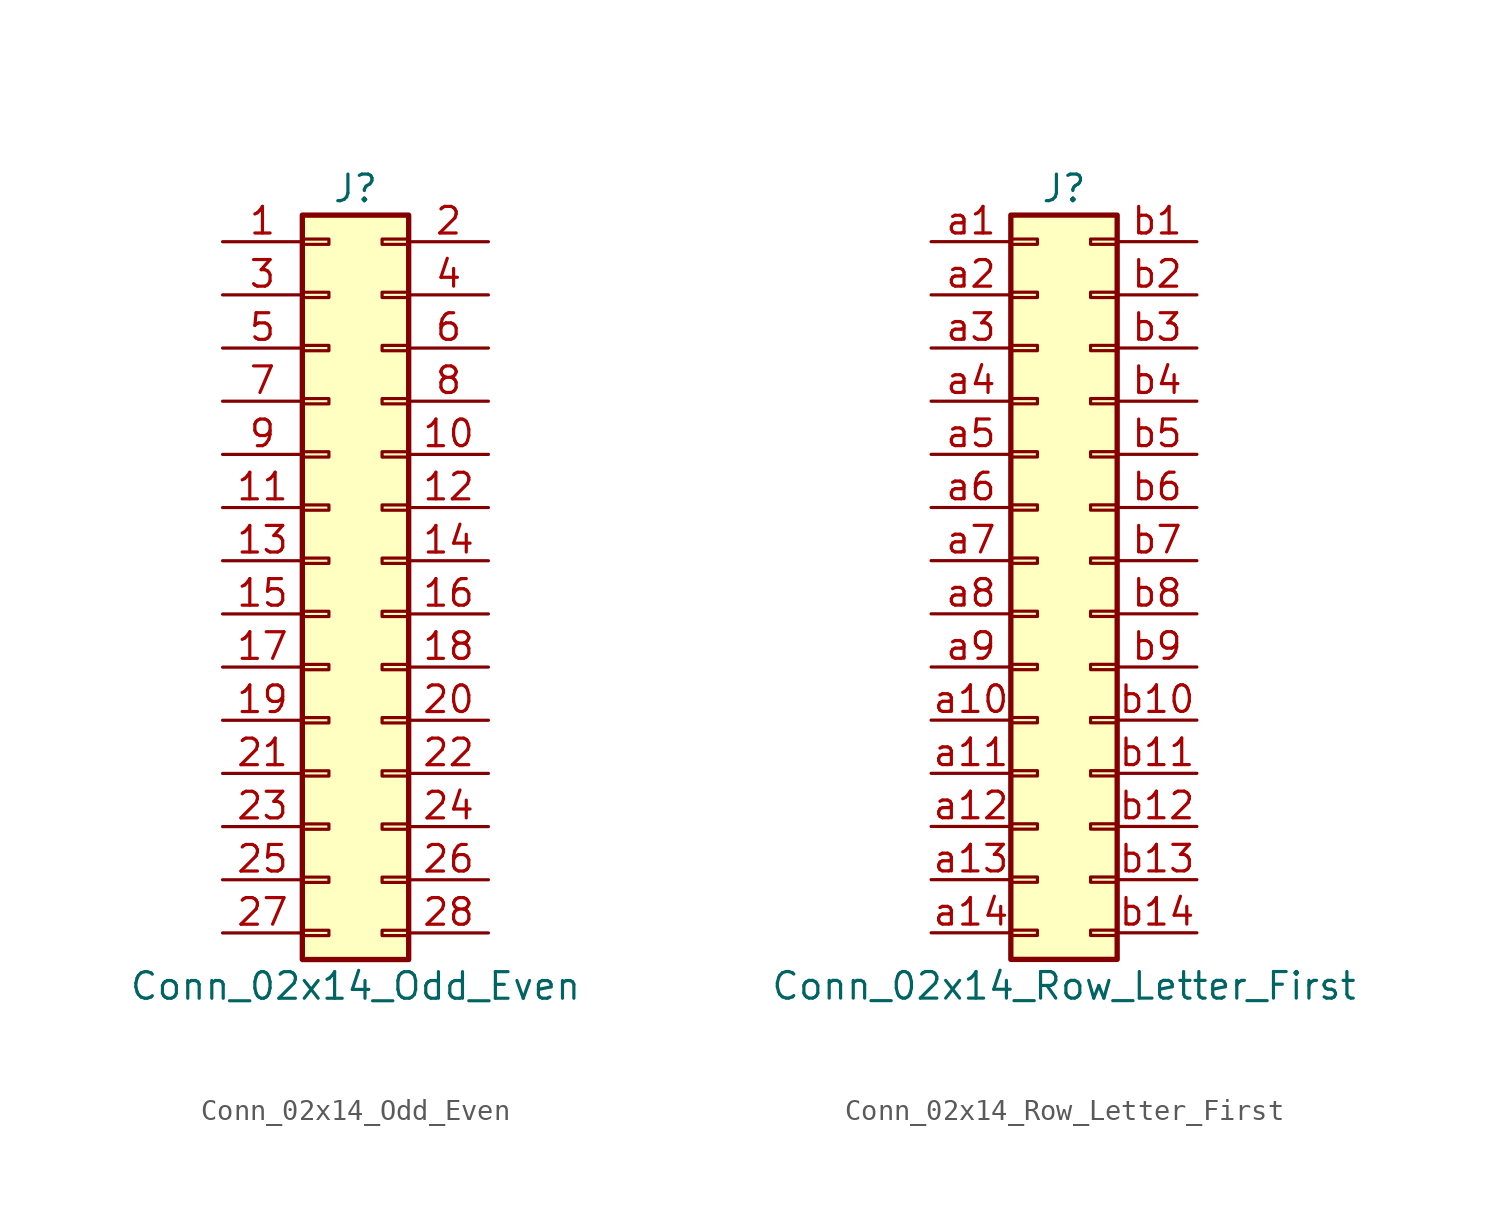
<source format=kicad_sym>
(kicad_symbol_lib
  (version 20220914)
  (generator kicad_symbol_editor)
  (symbol "Conn_02x14_Odd_Even"
    (pin_names
      (offset 1.016) hide)
    (property "Reference" "J"
      (at 1.27 17.78 0)
      (effects (font (size 1.27 1.27))))
    (property "Value" "Conn_02x14_Odd_Even"
      (at 1.27 -20.32 0)
      (effects (font (size 1.27 1.27))))
    (symbol "Conn_02x14_Odd_Even_1_1"
      (rectangle (start -1.27 -17.653) (end 0 -17.907) (stroke (width 0.152) (type solid)) (fill (type none)))
      (rectangle (start -1.27 -15.113) (end 0 -15.367) (stroke (width 0.152) (type solid)) (fill (type none)))
      (rectangle (start -1.27 -12.573) (end 0 -12.827) (stroke (width 0.152) (type solid)) (fill (type none)))
      (rectangle (start -1.27 -10.033) (end 0 -10.287) (stroke (width 0.152) (type solid)) (fill (type none)))
      (rectangle (start -1.27 -7.493) (end 0 -7.747) (stroke (width 0.152) (type solid)) (fill (type none)))
      (rectangle (start -1.27 -4.953) (end 0 -5.207) (stroke (width 0.152) (type solid)) (fill (type none)))
      (rectangle (start -1.27 -2.413) (end 0 -2.667) (stroke (width 0.152) (type solid)) (fill (type none)))
      (rectangle (start -1.27 0.127) (end 0 -0.127) (stroke (width 0.152) (type solid)) (fill (type none)))
      (rectangle (start -1.27 2.667) (end 0 2.413) (stroke (width 0.152) (type solid)) (fill (type none)))
      (rectangle (start -1.27 5.207) (end 0 4.953) (stroke (width 0.152) (type solid)) (fill (type none)))
      (rectangle (start -1.27 7.747) (end 0 7.493) (stroke (width 0.152) (type solid)) (fill (type none)))
      (rectangle (start -1.27 10.287) (end 0 10.033) (stroke (width 0.152) (type solid)) (fill (type none)))
      (rectangle (start -1.27 12.827) (end 0 12.573) (stroke (width 0.152) (type solid)) (fill (type none)))
      (rectangle (start -1.27 15.367) (end 0 15.113) (stroke (width 0.152) (type solid)) (fill (type none)))
      (rectangle (start -1.27 16.51) (end 3.81 -19.05) (stroke (width 0.254) (type solid)) (fill (type background)))
      (rectangle (start 3.81 -17.653) (end 2.54 -17.907) (stroke (width 0.152) (type solid)) (fill (type none)))
      (rectangle (start 3.81 -15.113) (end 2.54 -15.367) (stroke (width 0.152) (type solid)) (fill (type none)))
      (rectangle (start 3.81 -12.573) (end 2.54 -12.827) (stroke (width 0.152) (type solid)) (fill (type none)))
      (rectangle (start 3.81 -10.033) (end 2.54 -10.287) (stroke (width 0.152) (type solid)) (fill (type none)))
      (rectangle (start 3.81 -7.493) (end 2.54 -7.747) (stroke (width 0.152) (type solid)) (fill (type none)))
      (rectangle (start 3.81 -4.953) (end 2.54 -5.207) (stroke (width 0.152) (type solid)) (fill (type none)))
      (rectangle (start 3.81 -2.413) (end 2.54 -2.667) (stroke (width 0.152) (type solid)) (fill (type none)))
      (rectangle (start 3.81 0.127) (end 2.54 -0.127) (stroke (width 0.152) (type solid)) (fill (type none)))
      (rectangle (start 3.81 2.667) (end 2.54 2.413) (stroke (width 0.152) (type solid)) (fill (type none)))
      (rectangle (start 3.81 5.207) (end 2.54 4.953) (stroke (width 0.152) (type solid)) (fill (type none)))
      (rectangle (start 3.81 7.747) (end 2.54 7.493) (stroke (width 0.152) (type solid)) (fill (type none)))
      (rectangle (start 3.81 10.287) (end 2.54 10.033) (stroke (width 0.152) (type solid)) (fill (type none)))
      (rectangle (start 3.81 12.827) (end 2.54 12.573) (stroke (width 0.152) (type solid)) (fill (type none)))
      (rectangle (start 3.81 15.367) (end 2.54 15.113) (stroke (width 0.152) (type solid)) (fill (type none)))
      (pin passive line (at -5.08 15.24 0) (length 3.81) (name "Pin_1" (effects (font (size 1.27 1.27)))) (number "1" (effects (font (size 1.27 1.27)))))
      (pin passive line (at 7.62 5.08 180) (length 3.81) (name "Pin_10" (effects (font (size 1.27 1.27)))) (number "10" (effects (font (size 1.27 1.27)))))
      (pin passive line (at -5.08 2.54 0) (length 3.81) (name "Pin_11" (effects (font (size 1.27 1.27)))) (number "11" (effects (font (size 1.27 1.27)))))
      (pin passive line (at 7.62 2.54 180) (length 3.81) (name "Pin_12" (effects (font (size 1.27 1.27)))) (number "12" (effects (font (size 1.27 1.27)))))
      (pin passive line (at -5.08 0 0) (length 3.81) (name "Pin_13" (effects (font (size 1.27 1.27)))) (number "13" (effects (font (size 1.27 1.27)))))
      (pin passive line (at 7.62 0 180) (length 3.81) (name "Pin_14" (effects (font (size 1.27 1.27)))) (number "14" (effects (font (size 1.27 1.27)))))
      (pin passive line (at -5.08 -2.54 0) (length 3.81) (name "Pin_15" (effects (font (size 1.27 1.27)))) (number "15" (effects (font (size 1.27 1.27)))))
      (pin passive line (at 7.62 -2.54 180) (length 3.81) (name "Pin_16" (effects (font (size 1.27 1.27)))) (number "16" (effects (font (size 1.27 1.27)))))
      (pin passive line (at -5.08 -5.08 0) (length 3.81) (name "Pin_17" (effects (font (size 1.27 1.27)))) (number "17" (effects (font (size 1.27 1.27)))))
      (pin passive line (at 7.62 -5.08 180) (length 3.81) (name "Pin_18" (effects (font (size 1.27 1.27)))) (number "18" (effects (font (size 1.27 1.27)))))
      (pin passive line (at -5.08 -7.62 0) (length 3.81) (name "Pin_19" (effects (font (size 1.27 1.27)))) (number "19" (effects (font (size 1.27 1.27)))))
      (pin passive line (at 7.62 15.24 180) (length 3.81) (name "Pin_2" (effects (font (size 1.27 1.27)))) (number "2" (effects (font (size 1.27 1.27)))))
      (pin passive line (at 7.62 -7.62 180) (length 3.81) (name "Pin_20" (effects (font (size 1.27 1.27)))) (number "20" (effects (font (size 1.27 1.27)))))
      (pin passive line (at -5.08 -10.16 0) (length 3.81) (name "Pin_21" (effects (font (size 1.27 1.27)))) (number "21" (effects (font (size 1.27 1.27)))))
      (pin passive line (at 7.62 -10.16 180) (length 3.81) (name "Pin_22" (effects (font (size 1.27 1.27)))) (number "22" (effects (font (size 1.27 1.27)))))
      (pin passive line (at -5.08 -12.7 0) (length 3.81) (name "Pin_23" (effects (font (size 1.27 1.27)))) (number "23" (effects (font (size 1.27 1.27)))))
      (pin passive line (at 7.62 -12.7 180) (length 3.81) (name "Pin_24" (effects (font (size 1.27 1.27)))) (number "24" (effects (font (size 1.27 1.27)))))
      (pin passive line (at -5.08 -15.24 0) (length 3.81) (name "Pin_25" (effects (font (size 1.27 1.27)))) (number "25" (effects (font (size 1.27 1.27)))))
      (pin passive line (at 7.62 -15.24 180) (length 3.81) (name "Pin_26" (effects (font (size 1.27 1.27)))) (number "26" (effects (font (size 1.27 1.27)))))
      (pin passive line (at -5.08 -17.78 0) (length 3.81) (name "Pin_27" (effects (font (size 1.27 1.27)))) (number "27" (effects (font (size 1.27 1.27)))))
      (pin passive line (at 7.62 -17.78 180) (length 3.81) (name "Pin_28" (effects (font (size 1.27 1.27)))) (number "28" (effects (font (size 1.27 1.27)))))
      (pin passive line (at -5.08 12.7 0) (length 3.81) (name "Pin_3" (effects (font (size 1.27 1.27)))) (number "3" (effects (font (size 1.27 1.27)))))
      (pin passive line (at 7.62 12.7 180) (length 3.81) (name "Pin_4" (effects (font (size 1.27 1.27)))) (number "4" (effects (font (size 1.27 1.27)))))
      (pin passive line (at -5.08 10.16 0) (length 3.81) (name "Pin_5" (effects (font (size 1.27 1.27)))) (number "5" (effects (font (size 1.27 1.27)))))
      (pin passive line (at 7.62 10.16 180) (length 3.81) (name "Pin_6" (effects (font (size 1.27 1.27)))) (number "6" (effects (font (size 1.27 1.27)))))
      (pin passive line (at -5.08 7.62 0) (length 3.81) (name "Pin_7" (effects (font (size 1.27 1.27)))) (number "7" (effects (font (size 1.27 1.27)))))
      (pin passive line (at 7.62 7.62 180) (length 3.81) (name "Pin_8" (effects (font (size 1.27 1.27)))) (number "8" (effects (font (size 1.27 1.27)))))
      (pin passive line (at -5.08 5.08 0) (length 3.81) (name "Pin_9" (effects (font (size 1.27 1.27)))) (number "9" (effects (font (size 1.27 1.27)))))))
  (symbol "Conn_02x14_Row_Letter_First"
    (pin_names
      (offset 1.016) hide)
    (property "Reference" "J"
      (at 1.27 17.78 0)
      (effects (font (size 1.27 1.27))))
    (property "Value" "Conn_02x14_Row_Letter_First"
      (at 1.27 -20.32 0)
      (effects (font (size 1.27 1.27))))
    (symbol "Conn_02x14_Row_Letter_First_1_1"
      (rectangle (start -1.27 -17.653) (end 0 -17.907) (stroke (width 0.152) (type solid)) (fill (type none)))
      (rectangle (start -1.27 -15.113) (end 0 -15.367) (stroke (width 0.152) (type solid)) (fill (type none)))
      (rectangle (start -1.27 -12.573) (end 0 -12.827) (stroke (width 0.152) (type solid)) (fill (type none)))
      (rectangle (start -1.27 -10.033) (end 0 -10.287) (stroke (width 0.152) (type solid)) (fill (type none)))
      (rectangle (start -1.27 -7.493) (end 0 -7.747) (stroke (width 0.152) (type solid)) (fill (type none)))
      (rectangle (start -1.27 -4.953) (end 0 -5.207) (stroke (width 0.152) (type solid)) (fill (type none)))
      (rectangle (start -1.27 -2.413) (end 0 -2.667) (stroke (width 0.152) (type solid)) (fill (type none)))
      (rectangle (start -1.27 0.127) (end 0 -0.127) (stroke (width 0.152) (type solid)) (fill (type none)))
      (rectangle (start -1.27 2.667) (end 0 2.413) (stroke (width 0.152) (type solid)) (fill (type none)))
      (rectangle (start -1.27 5.207) (end 0 4.953) (stroke (width 0.152) (type solid)) (fill (type none)))
      (rectangle (start -1.27 7.747) (end 0 7.493) (stroke (width 0.152) (type solid)) (fill (type none)))
      (rectangle (start -1.27 10.287) (end 0 10.033) (stroke (width 0.152) (type solid)) (fill (type none)))
      (rectangle (start -1.27 12.827) (end 0 12.573) (stroke (width 0.152) (type solid)) (fill (type none)))
      (rectangle (start -1.27 15.367) (end 0 15.113) (stroke (width 0.152) (type solid)) (fill (type none)))
      (rectangle (start -1.27 16.51) (end 3.81 -19.05) (stroke (width 0.254) (type solid)) (fill (type background)))
      (rectangle (start 3.81 -17.653) (end 2.54 -17.907) (stroke (width 0.152) (type solid)) (fill (type none)))
      (rectangle (start 3.81 -15.113) (end 2.54 -15.367) (stroke (width 0.152) (type solid)) (fill (type none)))
      (rectangle (start 3.81 -12.573) (end 2.54 -12.827) (stroke (width 0.152) (type solid)) (fill (type none)))
      (rectangle (start 3.81 -10.033) (end 2.54 -10.287) (stroke (width 0.152) (type solid)) (fill (type none)))
      (rectangle (start 3.81 -7.493) (end 2.54 -7.747) (stroke (width 0.152) (type solid)) (fill (type none)))
      (rectangle (start 3.81 -4.953) (end 2.54 -5.207) (stroke (width 0.152) (type solid)) (fill (type none)))
      (rectangle (start 3.81 -2.413) (end 2.54 -2.667) (stroke (width 0.152) (type solid)) (fill (type none)))
      (rectangle (start 3.81 0.127) (end 2.54 -0.127) (stroke (width 0.152) (type solid)) (fill (type none)))
      (rectangle (start 3.81 2.667) (end 2.54 2.413) (stroke (width 0.152) (type solid)) (fill (type none)))
      (rectangle (start 3.81 5.207) (end 2.54 4.953) (stroke (width 0.152) (type solid)) (fill (type none)))
      (rectangle (start 3.81 7.747) (end 2.54 7.493) (stroke (width 0.152) (type solid)) (fill (type none)))
      (rectangle (start 3.81 10.287) (end 2.54 10.033) (stroke (width 0.152) (type solid)) (fill (type none)))
      (rectangle (start 3.81 12.827) (end 2.54 12.573) (stroke (width 0.152) (type solid)) (fill (type none)))
      (rectangle (start 3.81 15.367) (end 2.54 15.113) (stroke (width 0.152) (type solid)) (fill (type none)))
      (pin passive line (at -5.08 15.24 0) (length 3.81) (name "Pin_a1" (effects (font (size 1.27 1.27)))) (number "a1" (effects (font (size 1.27 1.27)))))
      (pin passive line (at -5.08 -7.62 0) (length 3.81) (name "Pin_a10" (effects (font (size 1.27 1.27)))) (number "a10" (effects (font (size 1.27 1.27)))))
      (pin passive line (at -5.08 -10.16 0) (length 3.81) (name "Pin_a11" (effects (font (size 1.27 1.27)))) (number "a11" (effects (font (size 1.27 1.27)))))
      (pin passive line (at -5.08 -12.7 0) (length 3.81) (name "Pin_a12" (effects (font (size 1.27 1.27)))) (number "a12" (effects (font (size 1.27 1.27)))))
      (pin passive line (at -5.08 -15.24 0) (length 3.81) (name "Pin_a13" (effects (font (size 1.27 1.27)))) (number "a13" (effects (font (size 1.27 1.27)))))
      (pin passive line (at -5.08 -17.78 0) (length 3.81) (name "Pin_a14" (effects (font (size 1.27 1.27)))) (number "a14" (effects (font (size 1.27 1.27)))))
      (pin passive line (at -5.08 12.7 0) (length 3.81) (name "Pin_a2" (effects (font (size 1.27 1.27)))) (number "a2" (effects (font (size 1.27 1.27)))))
      (pin passive line (at -5.08 10.16 0) (length 3.81) (name "Pin_a3" (effects (font (size 1.27 1.27)))) (number "a3" (effects (font (size 1.27 1.27)))))
      (pin passive line (at -5.08 7.62 0) (length 3.81) (name "Pin_a4" (effects (font (size 1.27 1.27)))) (number "a4" (effects (font (size 1.27 1.27)))))
      (pin passive line (at -5.08 5.08 0) (length 3.81) (name "Pin_a5" (effects (font (size 1.27 1.27)))) (number "a5" (effects (font (size 1.27 1.27)))))
      (pin passive line (at -5.08 2.54 0) (length 3.81) (name "Pin_a6" (effects (font (size 1.27 1.27)))) (number "a6" (effects (font (size 1.27 1.27)))))
      (pin passive line (at -5.08 0 0) (length 3.81) (name "Pin_a7" (effects (font (size 1.27 1.27)))) (number "a7" (effects (font (size 1.27 1.27)))))
      (pin passive line (at -5.08 -2.54 0) (length 3.81) (name "Pin_a8" (effects (font (size 1.27 1.27)))) (number "a8" (effects (font (size 1.27 1.27)))))
      (pin passive line (at -5.08 -5.08 0) (length 3.81) (name "Pin_a9" (effects (font (size 1.27 1.27)))) (number "a9" (effects (font (size 1.27 1.27)))))
      (pin passive line (at 7.62 15.24 180) (length 3.81) (name "Pin_b1" (effects (font (size 1.27 1.27)))) (number "b1" (effects (font (size 1.27 1.27)))))
      (pin passive line (at 7.62 -7.62 180) (length 3.81) (name "Pin_b10" (effects (font (size 1.27 1.27)))) (number "b10" (effects (font (size 1.27 1.27)))))
      (pin passive line (at 7.62 -10.16 180) (length 3.81) (name "Pin_b11" (effects (font (size 1.27 1.27)))) (number "b11" (effects (font (size 1.27 1.27)))))
      (pin passive line (at 7.62 -12.7 180) (length 3.81) (name "Pin_b12" (effects (font (size 1.27 1.27)))) (number "b12" (effects (font (size 1.27 1.27)))))
      (pin passive line (at 7.62 -15.24 180) (length 3.81) (name "Pin_b13" (effects (font (size 1.27 1.27)))) (number "b13" (effects (font (size 1.27 1.27)))))
      (pin passive line (at 7.62 -17.78 180) (length 3.81) (name "Pin_b14" (effects (font (size 1.27 1.27)))) (number "b14" (effects (font (size 1.27 1.27)))))
      (pin passive line (at 7.62 12.7 180) (length 3.81) (name "Pin_b2" (effects (font (size 1.27 1.27)))) (number "b2" (effects (font (size 1.27 1.27)))))
      (pin passive line (at 7.62 10.16 180) (length 3.81) (name "Pin_b3" (effects (font (size 1.27 1.27)))) (number "b3" (effects (font (size 1.27 1.27)))))
      (pin passive line (at 7.62 7.62 180) (length 3.81) (name "Pin_b4" (effects (font (size 1.27 1.27)))) (number "b4" (effects (font (size 1.27 1.27)))))
      (pin passive line (at 7.62 5.08 180) (length 3.81) (name "Pin_b5" (effects (font (size 1.27 1.27)))) (number "b5" (effects (font (size 1.27 1.27)))))
      (pin passive line (at 7.62 2.54 180) (length 3.81) (name "Pin_b6" (effects (font (size 1.27 1.27)))) (number "b6" (effects (font (size 1.27 1.27)))))
      (pin passive line (at 7.62 0 180) (length 3.81) (name "Pin_b7" (effects (font (size 1.27 1.27)))) (number "b7" (effects (font (size 1.27 1.27)))))
      (pin passive line (at 7.62 -2.54 180) (length 3.81) (name "Pin_b8" (effects (font (size 1.27 1.27)))) (number "b8" (effects (font (size 1.27 1.27)))))
      (pin passive line (at 7.62 -5.08 180) (length 3.81) (name "Pin_b9" (effects (font (size 1.27 1.27)))) (number "b9" (effects (font (size 1.27 1.27))))))))
</source>
